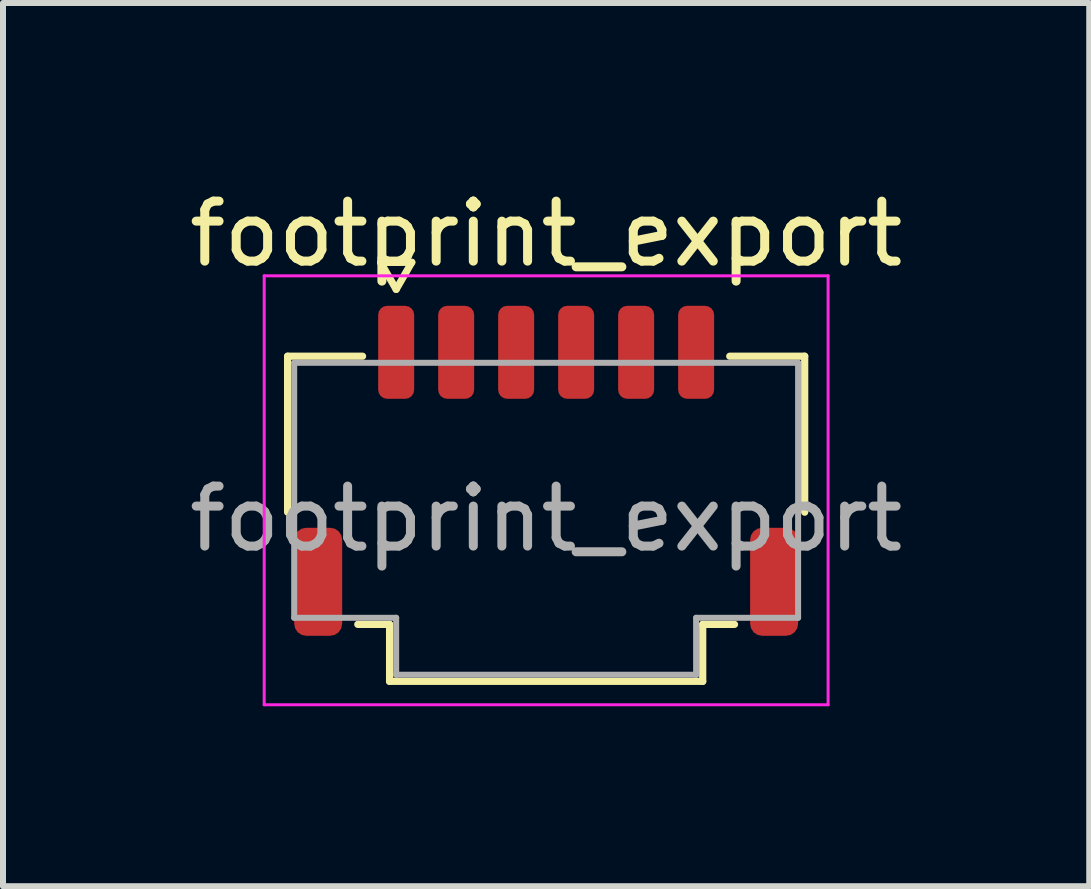
<source format=kicad_pcb>
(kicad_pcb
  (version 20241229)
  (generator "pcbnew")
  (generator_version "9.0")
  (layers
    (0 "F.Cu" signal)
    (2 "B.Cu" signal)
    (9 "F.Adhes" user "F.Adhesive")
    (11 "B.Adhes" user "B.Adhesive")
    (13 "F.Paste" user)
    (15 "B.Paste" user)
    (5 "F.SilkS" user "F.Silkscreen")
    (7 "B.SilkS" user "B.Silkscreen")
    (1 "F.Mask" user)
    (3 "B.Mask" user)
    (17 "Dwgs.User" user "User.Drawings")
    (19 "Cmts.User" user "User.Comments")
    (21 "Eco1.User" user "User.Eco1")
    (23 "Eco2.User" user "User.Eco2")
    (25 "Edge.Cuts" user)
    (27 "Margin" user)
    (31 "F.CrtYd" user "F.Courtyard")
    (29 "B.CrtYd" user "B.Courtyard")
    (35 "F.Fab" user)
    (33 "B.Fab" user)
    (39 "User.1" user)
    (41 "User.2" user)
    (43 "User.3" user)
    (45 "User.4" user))
  (footprint "footprint_export"
    (layer "F.Cu")
    (at 6.054 5.598)
    (property "Reference" "footprint_export" (at 0 -4.75 0) (layer "F.SilkS") (effects (font (size 1 1) (thickness 0.15))))
    (attr smd)
    (fp_line (start -4.31 -2.71) (end -3.06 -2.71) (stroke (width 0.12) (type solid)) (layer "F.SilkS"))
    (fp_line (start -4.31 -0.11) (end -4.31 -2.71) (stroke (width 0.12) (type solid)) (layer "F.SilkS"))
    (fp_line (start -2.76 -4.275) (end -2.5 -3.825) (stroke (width 0.12) (type solid)) (layer "F.SilkS"))
    (fp_line (start -2.61 1.76) (end -3.14 1.76) (stroke (width 0.12) (type solid)) (layer "F.SilkS"))
    (fp_line (start -2.61 2.71) (end -2.61 1.76) (stroke (width 0.12) (type solid)) (layer "F.SilkS"))
    (fp_line (start -2.5 -3.825) (end -2.24 -4.275) (stroke (width 0.12) (type solid)) (layer "F.SilkS"))
    (fp_line (start -2.24 -4.275) (end -2.76 -4.275) (stroke (width 0.12) (type solid)) (layer "F.SilkS"))
    (fp_line (start 2.61 1.76) (end 2.61 2.71) (stroke (width 0.12) (type solid)) (layer "F.SilkS"))
    (fp_line (start 2.61 2.71) (end -2.61 2.71) (stroke (width 0.12) (type solid)) (layer "F.SilkS"))
    (fp_line (start 3.06 -2.71) (end 4.31 -2.71) (stroke (width 0.12) (type solid)) (layer "F.SilkS"))
    (fp_line (start 3.14 1.76) (end 2.61 1.76) (stroke (width 0.12) (type solid)) (layer "F.SilkS"))
    (fp_line (start 4.31 -2.71) (end 4.31 -0.11) (stroke (width 0.12) (type solid)) (layer "F.SilkS"))
    (fp_line (start -4.7 -4.05) (end -4.7 3.1) (stroke (width 0.05) (type solid)) (layer "F.CrtYd"))
    (fp_line (start -4.7 3.1) (end 4.7 3.1) (stroke (width 0.05) (type solid)) (layer "F.CrtYd"))
    (fp_line (start 4.7 -4.05) (end -4.7 -4.05) (stroke (width 0.05) (type solid)) (layer "F.CrtYd"))
    (fp_line (start 4.7 3.1) (end 4.7 -4.05) (stroke (width 0.05) (type solid)) (layer "F.CrtYd"))
    (fp_line (start -4.2 -2.6) (end 4.2 -2.6) (stroke (width 0.1) (type solid)) (layer "F.Fab"))
    (fp_line (start -4.2 1.65) (end -4.2 -2.6) (stroke (width 0.1) (type solid)) (layer "F.Fab"))
    (fp_line (start -2.5 1.65) (end -4.2 1.65) (stroke (width 0.1) (type solid)) (layer "F.Fab"))
    (fp_line (start -2.5 2.6) (end -2.5 1.65) (stroke (width 0.1) (type solid)) (layer "F.Fab"))
    (fp_line (start 2.5 1.65) (end 2.5 2.6) (stroke (width 0.1) (type solid)) (layer "F.Fab"))
    (fp_line (start 2.5 2.6) (end -2.5 2.6) (stroke (width 0.1) (type solid)) (layer "F.Fab"))
    (fp_line (start 4.2 -2.6) (end 4.2 1.65) (stroke (width 0.1) (type solid)) (layer "F.Fab"))
    (fp_line (start 4.2 1.65) (end 2.5 1.65) (stroke (width 0.1) (type solid)) (layer "F.Fab"))
    (fp_text user "${REFERENCE}" (at 0 0 0) (layer "F.Fab") (effects (font (size 1 1) (thickness 0.15))))
    (pad "1" smd roundrect (at -2.5 -2.775) (size 0.6 1.55) (layers "F.Cu" "F.Mask" "F.Paste") (roundrect_rratio 0.25))
    (pad "2" smd roundrect (at -1.5 -2.775) (size 0.6 1.55) (layers "F.Cu" "F.Mask" "F.Paste") (roundrect_rratio 0.25))
    (pad "3" smd roundrect (at -0.5 -2.775) (size 0.6 1.55) (layers "F.Cu" "F.Mask" "F.Paste") (roundrect_rratio 0.25))
    (pad "4" smd roundrect (at 0.5 -2.775) (size 0.6 1.55) (layers "F.Cu" "F.Mask" "F.Paste") (roundrect_rratio 0.25))
    (pad "5" smd roundrect (at 1.5 -2.775) (size 0.6 1.55) (layers "F.Cu" "F.Mask" "F.Paste") (roundrect_rratio 0.25))
    (pad "6" smd roundrect (at 2.5 -2.775) (size 0.6 1.55) (layers "F.Cu" "F.Mask" "F.Paste") (roundrect_rratio 0.25))
    (pad "MP" smd roundrect (at -3.8 1.05) (size 0.8 1.8) (layers "F.Cu" "F.Mask" "F.Paste") (roundrect_rratio 0.25))
    (pad "MP" smd roundrect (at 3.8 1.05) (size 0.8 1.8) (layers "F.Cu" "F.Mask" "F.Paste") (roundrect_rratio 0.25)))
  (gr_rect
    (start -3 -3)
    (end 15.107 11.723)
    (stroke (width 0.1) (type default))
    (fill no)
    (layer "Edge.Cuts")))
</source>
